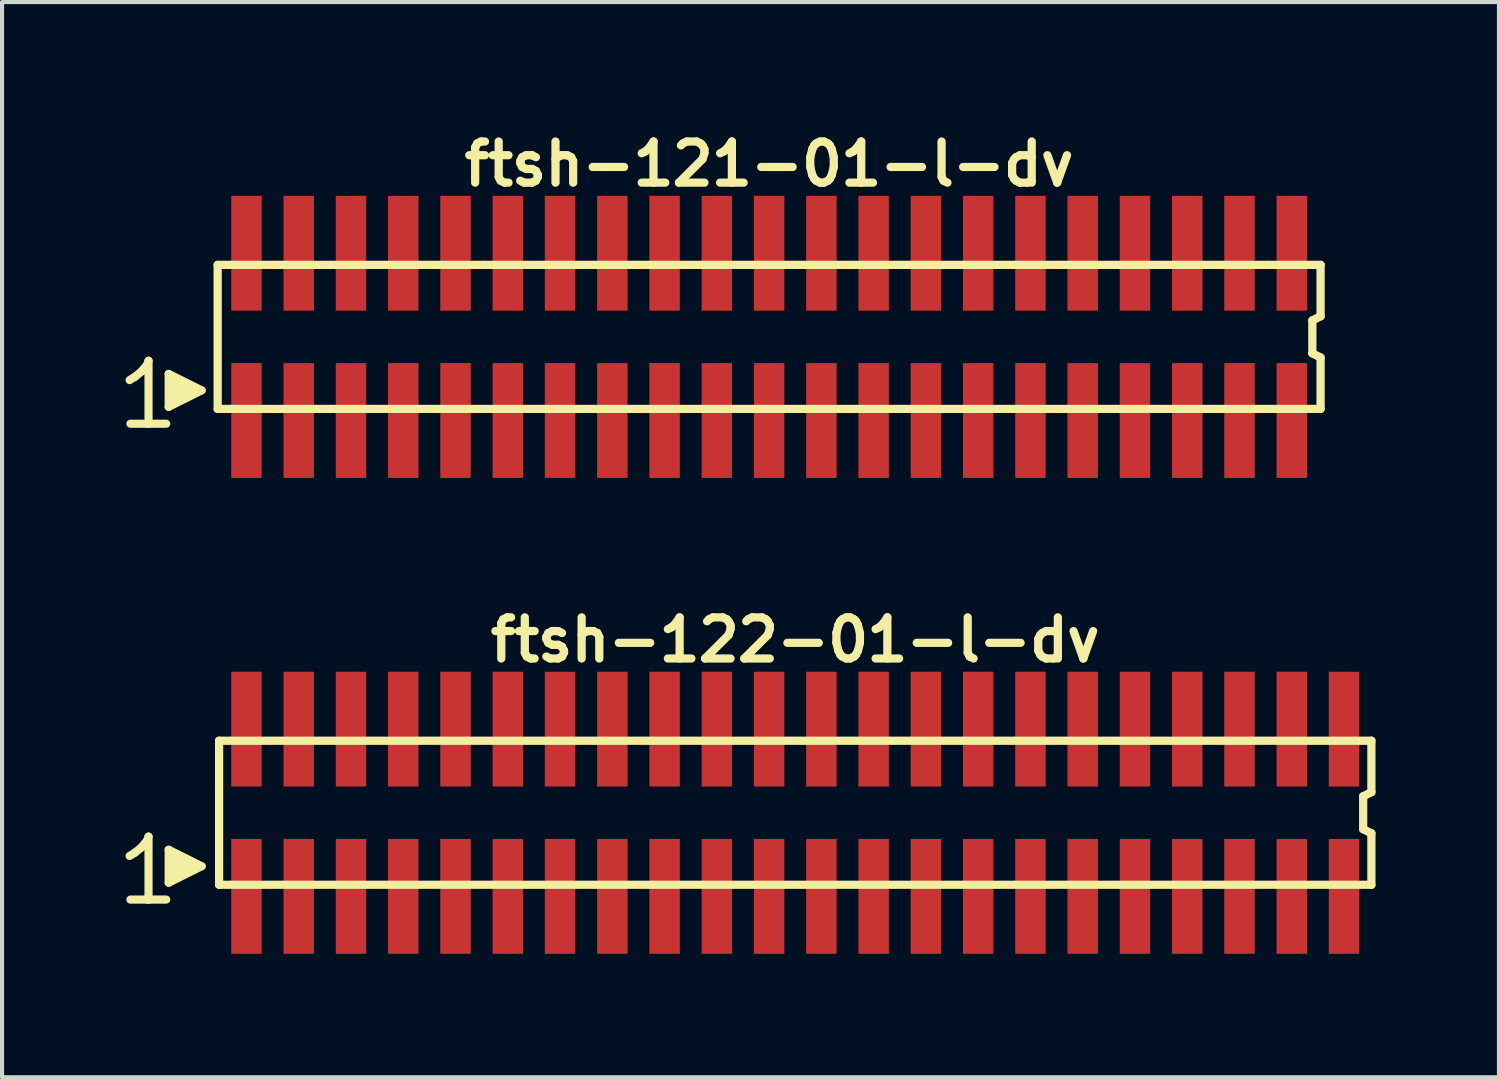
<source format=kicad_pcb>
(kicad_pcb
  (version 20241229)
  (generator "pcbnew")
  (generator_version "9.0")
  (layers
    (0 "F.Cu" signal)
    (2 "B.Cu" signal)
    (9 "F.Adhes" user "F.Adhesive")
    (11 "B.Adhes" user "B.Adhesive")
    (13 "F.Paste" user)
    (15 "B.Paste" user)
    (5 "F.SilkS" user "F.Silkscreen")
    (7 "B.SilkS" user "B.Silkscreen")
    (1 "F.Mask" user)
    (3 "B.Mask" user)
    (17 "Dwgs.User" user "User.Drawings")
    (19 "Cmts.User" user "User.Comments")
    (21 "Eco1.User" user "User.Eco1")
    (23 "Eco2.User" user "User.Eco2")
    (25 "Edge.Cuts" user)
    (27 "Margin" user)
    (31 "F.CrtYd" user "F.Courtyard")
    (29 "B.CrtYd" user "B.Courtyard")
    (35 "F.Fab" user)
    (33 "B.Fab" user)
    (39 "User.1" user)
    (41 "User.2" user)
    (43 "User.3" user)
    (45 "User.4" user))
  (footprint "ftsh-121-01-l-dv"
    (layer "F.Cu")
    (at 15.639 5.136)
    (property "Reference" "ftsh-121-01-l-dv" (at 0 -4.2 0) (layer "F.SilkS") (effects (font (size 1 1) (thickness 0.2))))
    (attr through_hole)
    (fp_line (start -15.54 1.05) (end -15.41 0.97) (stroke (width 0.198) (type solid)) (layer "F.SilkS"))
    (fp_line (start -15.41 0.97) (end -15.25 0.84) (stroke (width 0.198) (type solid)) (layer "F.SilkS"))
    (fp_line (start -15.25 0.84) (end -15.11 0.67) (stroke (width 0.198) (type solid)) (layer "F.SilkS"))
    (fp_line (start -15.11 0.67) (end -15.08 0.58) (stroke (width 0.198) (type solid)) (layer "F.SilkS"))
    (fp_line (start -15.08 0.58) (end -15.08 2.11) (stroke (width 0.198) (type solid)) (layer "F.SilkS"))
    (fp_line (start -15.08 2.11) (end -15.52 2.11) (stroke (width 0.198) (type solid)) (layer "F.SilkS"))
    (fp_line (start -14.65 2.11) (end -15.09 2.11) (stroke (width 0.198) (type solid)) (layer "F.SilkS"))
    (fp_line (start -14.59 0.9) (end -13.79 1.3) (stroke (width 0.198) (type solid)) (layer "F.SilkS"))
    (fp_line (start -14.59 1.7) (end -14.59 0.9) (stroke (width 0.198) (type solid)) (layer "F.SilkS"))
    (fp_line (start -14.49 1.6) (end -14.49 1) (stroke (width 0.198) (type solid)) (layer "F.SilkS"))
    (fp_line (start -14.39 1.1) (end -14.39 1.5) (stroke (width 0.198) (type solid)) (layer "F.SilkS"))
    (fp_line (start -14.29 1.5) (end -14.29 1.1) (stroke (width 0.198) (type solid)) (layer "F.SilkS"))
    (fp_line (start -14.19 1.2) (end -14.19 1.4) (stroke (width 0.198) (type solid)) (layer "F.SilkS"))
    (fp_line (start -14.09 1.4) (end -14.09 1.2) (stroke (width 0.198) (type solid)) (layer "F.SilkS"))
    (fp_line (start -13.79 1.3) (end -14.59 1.7) (stroke (width 0.198) (type solid)) (layer "F.SilkS"))
    (fp_line (start -13.4 -1.75) (end -13.4 1.75) (stroke (width 0.2) (type solid)) (layer "F.SilkS"))
    (fp_line (start -13.4 -1.75) (end 13.4 -1.75) (stroke (width 0.2) (type solid)) (layer "F.SilkS"))
    (fp_line (start -13.4 1.75) (end 13.4 1.75) (stroke (width 0.2) (type solid)) (layer "F.SilkS"))
    (fp_line (start 13.2 -0.4) (end 13.2 0.4) (stroke (width 0.2) (type solid)) (layer "F.SilkS"))
    (fp_line (start 13.2 0.4) (end 13.4 0.5) (stroke (width 0.2) (type solid)) (layer "F.SilkS"))
    (fp_line (start 13.4 -0.5) (end 13.2 -0.4) (stroke (width 0.2) (type solid)) (layer "F.SilkS"))
    (fp_line (start 13.4 -0.5) (end 13.4 -1.75) (stroke (width 0.2) (type solid)) (layer "F.SilkS"))
    (fp_line (start 13.4 0.5) (end 13.4 1.75) (stroke (width 0.2) (type solid)) (layer "F.SilkS"))
    (pad "1" smd rect (at -12.7 2.032) (size 0.74 2.79) (layers "F.Cu" "F.Mask" "F.Paste"))
    (pad "2" smd rect (at -12.7 -2.032) (size 0.74 2.79) (layers "F.Cu" "F.Mask" "F.Paste"))
    (pad "3" smd rect (at -11.43 2.032) (size 0.74 2.79) (layers "F.Cu" "F.Mask" "F.Paste"))
    (pad "4" smd rect (at -11.43 -2.032) (size 0.74 2.79) (layers "F.Cu" "F.Mask" "F.Paste"))
    (pad "5" smd rect (at -10.16 2.032) (size 0.74 2.79) (layers "F.Cu" "F.Mask" "F.Paste"))
    (pad "6" smd rect (at -10.16 -2.032) (size 0.74 2.79) (layers "F.Cu" "F.Mask" "F.Paste"))
    (pad "7" smd rect (at -8.89 2.032) (size 0.74 2.79) (layers "F.Cu" "F.Mask" "F.Paste"))
    (pad "8" smd rect (at -8.89 -2.032) (size 0.74 2.79) (layers "F.Cu" "F.Mask" "F.Paste"))
    (pad "9" smd rect (at -7.62 2.032) (size 0.74 2.79) (layers "F.Cu" "F.Mask" "F.Paste"))
    (pad "10" smd rect (at -7.62 -2.032) (size 0.74 2.79) (layers "F.Cu" "F.Mask" "F.Paste"))
    (pad "11" smd rect (at -6.35 2.032) (size 0.74 2.79) (layers "F.Cu" "F.Mask" "F.Paste"))
    (pad "12" smd rect (at -6.35 -2.032) (size 0.74 2.79) (layers "F.Cu" "F.Mask" "F.Paste"))
    (pad "13" smd rect (at -5.08 2.032) (size 0.74 2.79) (layers "F.Cu" "F.Mask" "F.Paste"))
    (pad "14" smd rect (at -5.08 -2.032) (size 0.74 2.79) (layers "F.Cu" "F.Mask" "F.Paste"))
    (pad "15" smd rect (at -3.81 2.032) (size 0.74 2.79) (layers "F.Cu" "F.Mask" "F.Paste"))
    (pad "16" smd rect (at -3.81 -2.032) (size 0.74 2.79) (layers "F.Cu" "F.Mask" "F.Paste"))
    (pad "17" smd rect (at -2.54 2.032) (size 0.74 2.79) (layers "F.Cu" "F.Mask" "F.Paste"))
    (pad "18" smd rect (at -2.54 -2.032) (size 0.74 2.79) (layers "F.Cu" "F.Mask" "F.Paste"))
    (pad "19" smd rect (at -1.27 2.032) (size 0.74 2.79) (layers "F.Cu" "F.Mask" "F.Paste"))
    (pad "20" smd rect (at -1.27 -2.032) (size 0.74 2.79) (layers "F.Cu" "F.Mask" "F.Paste"))
    (pad "21" smd rect (at 0 2.032) (size 0.74 2.79) (layers "F.Cu" "F.Mask" "F.Paste"))
    (pad "22" smd rect (at 0 -2.032) (size 0.74 2.79) (layers "F.Cu" "F.Mask" "F.Paste"))
    (pad "23" smd rect (at 1.27 2.032) (size 0.74 2.79) (layers "F.Cu" "F.Mask" "F.Paste"))
    (pad "24" smd rect (at 1.27 -2.032) (size 0.74 2.79) (layers "F.Cu" "F.Mask" "F.Paste"))
    (pad "25" smd rect (at 2.54 2.032) (size 0.74 2.79) (layers "F.Cu" "F.Mask" "F.Paste"))
    (pad "26" smd rect (at 2.54 -2.032) (size 0.74 2.79) (layers "F.Cu" "F.Mask" "F.Paste"))
    (pad "27" smd rect (at 3.81 2.032) (size 0.74 2.79) (layers "F.Cu" "F.Mask" "F.Paste"))
    (pad "28" smd rect (at 3.81 -2.032) (size 0.74 2.79) (layers "F.Cu" "F.Mask" "F.Paste"))
    (pad "29" smd rect (at 5.08 2.032) (size 0.74 2.79) (layers "F.Cu" "F.Mask" "F.Paste"))
    (pad "30" smd rect (at 5.08 -2.032) (size 0.74 2.79) (layers "F.Cu" "F.Mask" "F.Paste"))
    (pad "31" smd rect (at 6.35 2.032) (size 0.74 2.79) (layers "F.Cu" "F.Mask" "F.Paste"))
    (pad "32" smd rect (at 6.35 -2.032) (size 0.74 2.79) (layers "F.Cu" "F.Mask" "F.Paste"))
    (pad "33" smd rect (at 7.62 2.032) (size 0.74 2.79) (layers "F.Cu" "F.Mask" "F.Paste"))
    (pad "34" smd rect (at 7.62 -2.032) (size 0.74 2.79) (layers "F.Cu" "F.Mask" "F.Paste"))
    (pad "35" smd rect (at 8.89 2.032) (size 0.74 2.79) (layers "F.Cu" "F.Mask" "F.Paste"))
    (pad "36" smd rect (at 8.89 -2.032) (size 0.74 2.79) (layers "F.Cu" "F.Mask" "F.Paste"))
    (pad "37" smd rect (at 10.16 2.032) (size 0.74 2.79) (layers "F.Cu" "F.Mask" "F.Paste"))
    (pad "38" smd rect (at 10.16 -2.032) (size 0.74 2.79) (layers "F.Cu" "F.Mask" "F.Paste"))
    (pad "39" smd rect (at 11.43 2.032) (size 0.74 2.79) (layers "F.Cu" "F.Mask" "F.Paste"))
    (pad "40" smd rect (at 11.43 -2.032) (size 0.74 2.79) (layers "F.Cu" "F.Mask" "F.Paste"))
    (pad "41" smd rect (at 12.7 2.032) (size 0.74 2.79) (layers "F.Cu" "F.Mask" "F.Paste"))
    (pad "42" smd rect (at 12.7 -2.032) (size 0.74 2.79) (layers "F.Cu" "F.Mask" "F.Paste")))
  (footprint "ftsh-122-01-l-dv"
    (layer "F.Cu")
    (at 16.274 16.699)
    (property "Reference" "ftsh-122-01-l-dv" (at 0 -4.2 0) (layer "F.SilkS") (effects (font (size 1 1) (thickness 0.2))))
    (attr through_hole)
    (fp_line (start -16.175 1.05) (end -16.045 0.97) (stroke (width 0.198) (type solid)) (layer "F.SilkS"))
    (fp_line (start -16.045 0.97) (end -15.885 0.84) (stroke (width 0.198) (type solid)) (layer "F.SilkS"))
    (fp_line (start -15.885 0.84) (end -15.745 0.67) (stroke (width 0.198) (type solid)) (layer "F.SilkS"))
    (fp_line (start -15.745 0.67) (end -15.715 0.58) (stroke (width 0.198) (type solid)) (layer "F.SilkS"))
    (fp_line (start -15.715 0.58) (end -15.715 2.11) (stroke (width 0.198) (type solid)) (layer "F.SilkS"))
    (fp_line (start -15.715 2.11) (end -16.155 2.11) (stroke (width 0.198) (type solid)) (layer "F.SilkS"))
    (fp_line (start -15.285 2.11) (end -15.725 2.11) (stroke (width 0.198) (type solid)) (layer "F.SilkS"))
    (fp_line (start -15.225 0.9) (end -14.425 1.3) (stroke (width 0.198) (type solid)) (layer "F.SilkS"))
    (fp_line (start -15.225 1.7) (end -15.225 0.9) (stroke (width 0.198) (type solid)) (layer "F.SilkS"))
    (fp_line (start -15.125 1.6) (end -15.125 1) (stroke (width 0.198) (type solid)) (layer "F.SilkS"))
    (fp_line (start -15.025 1.1) (end -15.025 1.5) (stroke (width 0.198) (type solid)) (layer "F.SilkS"))
    (fp_line (start -14.925 1.5) (end -14.925 1.1) (stroke (width 0.198) (type solid)) (layer "F.SilkS"))
    (fp_line (start -14.825 1.2) (end -14.825 1.4) (stroke (width 0.198) (type solid)) (layer "F.SilkS"))
    (fp_line (start -14.725 1.4) (end -14.725 1.2) (stroke (width 0.198) (type solid)) (layer "F.SilkS"))
    (fp_line (start -14.425 1.3) (end -15.225 1.7) (stroke (width 0.198) (type solid)) (layer "F.SilkS"))
    (fp_line (start -14 -1.75) (end -14 1.75) (stroke (width 0.2) (type solid)) (layer "F.SilkS"))
    (fp_line (start -14 -1.75) (end 14 -1.75) (stroke (width 0.2) (type solid)) (layer "F.SilkS"))
    (fp_line (start -14 1.75) (end 14 1.75) (stroke (width 0.2) (type solid)) (layer "F.SilkS"))
    (fp_line (start 13.8 -0.4) (end 13.8 0.4) (stroke (width 0.2) (type solid)) (layer "F.SilkS"))
    (fp_line (start 13.8 0.4) (end 14 0.5) (stroke (width 0.2) (type solid)) (layer "F.SilkS"))
    (fp_line (start 14 -0.5) (end 13.8 -0.4) (stroke (width 0.2) (type solid)) (layer "F.SilkS"))
    (fp_line (start 14 -0.5) (end 14 -1.75) (stroke (width 0.2) (type solid)) (layer "F.SilkS"))
    (fp_line (start 14 0.5) (end 14 1.75) (stroke (width 0.2) (type solid)) (layer "F.SilkS"))
    (pad "1" smd rect (at -13.335 2.032) (size 0.74 2.79) (layers "F.Cu" "F.Mask" "F.Paste"))
    (pad "2" smd rect (at -13.335 -2.032) (size 0.74 2.79) (layers "F.Cu" "F.Mask" "F.Paste"))
    (pad "3" smd rect (at -12.065 2.032) (size 0.74 2.79) (layers "F.Cu" "F.Mask" "F.Paste"))
    (pad "4" smd rect (at -12.065 -2.032) (size 0.74 2.79) (layers "F.Cu" "F.Mask" "F.Paste"))
    (pad "5" smd rect (at -10.795 2.032) (size 0.74 2.79) (layers "F.Cu" "F.Mask" "F.Paste"))
    (pad "6" smd rect (at -10.795 -2.032) (size 0.74 2.79) (layers "F.Cu" "F.Mask" "F.Paste"))
    (pad "7" smd rect (at -9.525 2.032) (size 0.74 2.79) (layers "F.Cu" "F.Mask" "F.Paste"))
    (pad "8" smd rect (at -9.525 -2.032) (size 0.74 2.79) (layers "F.Cu" "F.Mask" "F.Paste"))
    (pad "9" smd rect (at -8.255 2.032) (size 0.74 2.79) (layers "F.Cu" "F.Mask" "F.Paste"))
    (pad "10" smd rect (at -8.255 -2.032) (size 0.74 2.79) (layers "F.Cu" "F.Mask" "F.Paste"))
    (pad "11" smd rect (at -6.985 2.032) (size 0.74 2.79) (layers "F.Cu" "F.Mask" "F.Paste"))
    (pad "12" smd rect (at -6.985 -2.032) (size 0.74 2.79) (layers "F.Cu" "F.Mask" "F.Paste"))
    (pad "13" smd rect (at -5.715 2.032) (size 0.74 2.79) (layers "F.Cu" "F.Mask" "F.Paste"))
    (pad "14" smd rect (at -5.715 -2.032) (size 0.74 2.79) (layers "F.Cu" "F.Mask" "F.Paste"))
    (pad "15" smd rect (at -4.445 2.032) (size 0.74 2.79) (layers "F.Cu" "F.Mask" "F.Paste"))
    (pad "16" smd rect (at -4.445 -2.032) (size 0.74 2.79) (layers "F.Cu" "F.Mask" "F.Paste"))
    (pad "17" smd rect (at -3.175 2.032) (size 0.74 2.79) (layers "F.Cu" "F.Mask" "F.Paste"))
    (pad "18" smd rect (at -3.175 -2.032) (size 0.74 2.79) (layers "F.Cu" "F.Mask" "F.Paste"))
    (pad "19" smd rect (at -1.905 2.032) (size 0.74 2.79) (layers "F.Cu" "F.Mask" "F.Paste"))
    (pad "20" smd rect (at -1.905 -2.032) (size 0.74 2.79) (layers "F.Cu" "F.Mask" "F.Paste"))
    (pad "21" smd rect (at -0.635 2.032) (size 0.74 2.79) (layers "F.Cu" "F.Mask" "F.Paste"))
    (pad "22" smd rect (at -0.635 -2.032) (size 0.74 2.79) (layers "F.Cu" "F.Mask" "F.Paste"))
    (pad "23" smd rect (at 0.635 2.032) (size 0.74 2.79) (layers "F.Cu" "F.Mask" "F.Paste"))
    (pad "24" smd rect (at 0.635 -2.032) (size 0.74 2.79) (layers "F.Cu" "F.Mask" "F.Paste"))
    (pad "25" smd rect (at 1.905 2.032) (size 0.74 2.79) (layers "F.Cu" "F.Mask" "F.Paste"))
    (pad "26" smd rect (at 1.905 -2.032) (size 0.74 2.79) (layers "F.Cu" "F.Mask" "F.Paste"))
    (pad "27" smd rect (at 3.175 2.032) (size 0.74 2.79) (layers "F.Cu" "F.Mask" "F.Paste"))
    (pad "28" smd rect (at 3.175 -2.032) (size 0.74 2.79) (layers "F.Cu" "F.Mask" "F.Paste"))
    (pad "29" smd rect (at 4.445 2.032) (size 0.74 2.79) (layers "F.Cu" "F.Mask" "F.Paste"))
    (pad "30" smd rect (at 4.445 -2.032) (size 0.74 2.79) (layers "F.Cu" "F.Mask" "F.Paste"))
    (pad "31" smd rect (at 5.715 2.032) (size 0.74 2.79) (layers "F.Cu" "F.Mask" "F.Paste"))
    (pad "32" smd rect (at 5.715 -2.032) (size 0.74 2.79) (layers "F.Cu" "F.Mask" "F.Paste"))
    (pad "33" smd rect (at 6.985 2.032) (size 0.74 2.79) (layers "F.Cu" "F.Mask" "F.Paste"))
    (pad "34" smd rect (at 6.985 -2.032) (size 0.74 2.79) (layers "F.Cu" "F.Mask" "F.Paste"))
    (pad "35" smd rect (at 8.255 2.032) (size 0.74 2.79) (layers "F.Cu" "F.Mask" "F.Paste"))
    (pad "36" smd rect (at 8.255 -2.032) (size 0.74 2.79) (layers "F.Cu" "F.Mask" "F.Paste"))
    (pad "37" smd rect (at 9.525 2.032) (size 0.74 2.79) (layers "F.Cu" "F.Mask" "F.Paste"))
    (pad "38" smd rect (at 9.525 -2.032) (size 0.74 2.79) (layers "F.Cu" "F.Mask" "F.Paste"))
    (pad "39" smd rect (at 10.795 2.032) (size 0.74 2.79) (layers "F.Cu" "F.Mask" "F.Paste"))
    (pad "40" smd rect (at 10.795 -2.032) (size 0.74 2.79) (layers "F.Cu" "F.Mask" "F.Paste"))
    (pad "41" smd rect (at 12.065 2.032) (size 0.74 2.79) (layers "F.Cu" "F.Mask" "F.Paste"))
    (pad "42" smd rect (at 12.065 -2.032) (size 0.74 2.79) (layers "F.Cu" "F.Mask" "F.Paste"))
    (pad "43" smd rect (at 13.335 2.032) (size 0.74 2.79) (layers "F.Cu" "F.Mask" "F.Paste"))
    (pad "44" smd rect (at 13.335 -2.032) (size 0.74 2.79) (layers "F.Cu" "F.Mask" "F.Paste")))
  (gr_rect
    (start -3 -3)
    (end 33.374 23.126)
    (stroke (width 0.1) (type default))
    (fill no)
    (layer "Edge.Cuts")))
</source>
